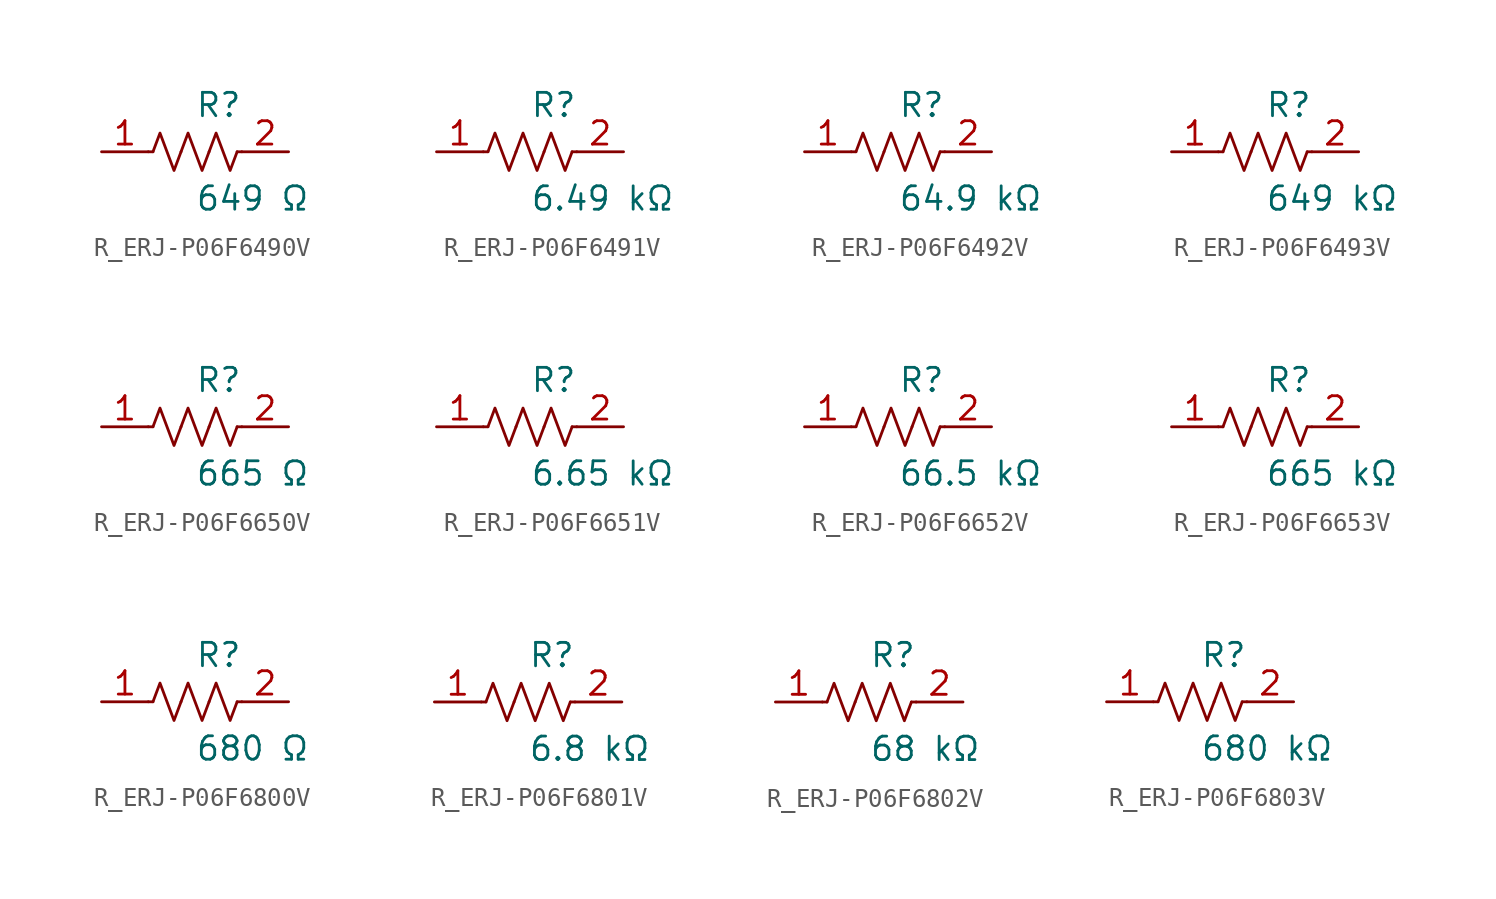
<source format=kicad_sym>
(kicad_symbol_lib
  (version 20231120)
  (generator kicad_symbol_editor)
  (generator_version 8.0)
  (symbol "R_ERJ-P06F6490V"
    (pin_names
      (offset 0.254))
    (property "Reference" "R"
      (at 0 2.54 0)
      (effects (font (size 1.27 1.27)) (justify left)))
    (property "Value" "649 Ω"
      (at 0 -2.54 0)
      (effects (font (size 1.27 1.27)) (justify left)))
    (symbol "R_ERJ-P06F6490V_0_1"
      (polyline (pts (xy 2.286 0) (xy 2.54 0)) (stroke (width 0) (type default)) (fill (type none)))
      (polyline (pts (xy -2.286 0) (xy -2.54 0)) (stroke (width 0) (type default)) (fill (type none)))
      (polyline (pts (xy 0.762 0) (xy 1.143 1.016) (xy 1.524 0) (xy 1.905 -1.016) (xy 2.286 0)) (stroke (width 0) (type default)) (fill (type none)))
      (polyline (pts (xy -0.762 0) (xy -0.381 1.016) (xy 0 0) (xy 0.381 -1.016) (xy 0.762 0)) (stroke (width 0) (type default)) (fill (type none)))
      (polyline (pts (xy -2.286 0) (xy -1.905 1.016) (xy -1.524 0) (xy -1.143 -1.016) (xy -0.762 0)) (stroke (width 0) (type default)) (fill (type none))))
    (pin passive line
      (at -5.08 0 0)
      (length 2.54)
      (name "" (effects (font (size 1.27 1.27))))
      (number "1" (effects (font (size 1.27 1.27)))))
    (pin passive line
      (at 5.08 0 180)
      (length 2.54)
      (name "" (effects (font (size 1.27 1.27))))
      (number "2" (effects (font (size 1.27 1.27))))))
  (symbol "R_ERJ-P06F6491V"
    (pin_names
      (offset 0.254))
    (property "Reference" "R"
      (at 0 2.54 0)
      (effects (font (size 1.27 1.27)) (justify left)))
    (property "Value" "6.49 kΩ"
      (at 0 -2.54 0)
      (effects (font (size 1.27 1.27)) (justify left)))
    (symbol "R_ERJ-P06F6491V_0_1"
      (polyline (pts (xy 2.286 0) (xy 2.54 0)) (stroke (width 0) (type default)) (fill (type none)))
      (polyline (pts (xy -2.286 0) (xy -2.54 0)) (stroke (width 0) (type default)) (fill (type none)))
      (polyline (pts (xy 0.762 0) (xy 1.143 1.016) (xy 1.524 0) (xy 1.905 -1.016) (xy 2.286 0)) (stroke (width 0) (type default)) (fill (type none)))
      (polyline (pts (xy -0.762 0) (xy -0.381 1.016) (xy 0 0) (xy 0.381 -1.016) (xy 0.762 0)) (stroke (width 0) (type default)) (fill (type none)))
      (polyline (pts (xy -2.286 0) (xy -1.905 1.016) (xy -1.524 0) (xy -1.143 -1.016) (xy -0.762 0)) (stroke (width 0) (type default)) (fill (type none))))
    (pin passive line
      (at -5.08 0 0)
      (length 2.54)
      (name "" (effects (font (size 1.27 1.27))))
      (number "1" (effects (font (size 1.27 1.27)))))
    (pin passive line
      (at 5.08 0 180)
      (length 2.54)
      (name "" (effects (font (size 1.27 1.27))))
      (number "2" (effects (font (size 1.27 1.27))))))
  (symbol "R_ERJ-P06F6492V"
    (pin_names
      (offset 0.254))
    (property "Reference" "R"
      (at 0 2.54 0)
      (effects (font (size 1.27 1.27)) (justify left)))
    (property "Value" "64.9 kΩ"
      (at 0 -2.54 0)
      (effects (font (size 1.27 1.27)) (justify left)))
    (symbol "R_ERJ-P06F6492V_0_1"
      (polyline (pts (xy 2.286 0) (xy 2.54 0)) (stroke (width 0) (type default)) (fill (type none)))
      (polyline (pts (xy -2.286 0) (xy -2.54 0)) (stroke (width 0) (type default)) (fill (type none)))
      (polyline (pts (xy 0.762 0) (xy 1.143 1.016) (xy 1.524 0) (xy 1.905 -1.016) (xy 2.286 0)) (stroke (width 0) (type default)) (fill (type none)))
      (polyline (pts (xy -0.762 0) (xy -0.381 1.016) (xy 0 0) (xy 0.381 -1.016) (xy 0.762 0)) (stroke (width 0) (type default)) (fill (type none)))
      (polyline (pts (xy -2.286 0) (xy -1.905 1.016) (xy -1.524 0) (xy -1.143 -1.016) (xy -0.762 0)) (stroke (width 0) (type default)) (fill (type none))))
    (pin passive line
      (at -5.08 0 0)
      (length 2.54)
      (name "" (effects (font (size 1.27 1.27))))
      (number "1" (effects (font (size 1.27 1.27)))))
    (pin passive line
      (at 5.08 0 180)
      (length 2.54)
      (name "" (effects (font (size 1.27 1.27))))
      (number "2" (effects (font (size 1.27 1.27))))))
  (symbol "R_ERJ-P06F6493V"
    (pin_names
      (offset 0.254))
    (property "Reference" "R"
      (at 0 2.54 0)
      (effects (font (size 1.27 1.27)) (justify left)))
    (property "Value" "649 kΩ"
      (at 0 -2.54 0)
      (effects (font (size 1.27 1.27)) (justify left)))
    (symbol "R_ERJ-P06F6493V_0_1"
      (polyline (pts (xy 2.286 0) (xy 2.54 0)) (stroke (width 0) (type default)) (fill (type none)))
      (polyline (pts (xy -2.286 0) (xy -2.54 0)) (stroke (width 0) (type default)) (fill (type none)))
      (polyline (pts (xy 0.762 0) (xy 1.143 1.016) (xy 1.524 0) (xy 1.905 -1.016) (xy 2.286 0)) (stroke (width 0) (type default)) (fill (type none)))
      (polyline (pts (xy -0.762 0) (xy -0.381 1.016) (xy 0 0) (xy 0.381 -1.016) (xy 0.762 0)) (stroke (width 0) (type default)) (fill (type none)))
      (polyline (pts (xy -2.286 0) (xy -1.905 1.016) (xy -1.524 0) (xy -1.143 -1.016) (xy -0.762 0)) (stroke (width 0) (type default)) (fill (type none))))
    (pin passive line
      (at -5.08 0 0)
      (length 2.54)
      (name "" (effects (font (size 1.27 1.27))))
      (number "1" (effects (font (size 1.27 1.27)))))
    (pin passive line
      (at 5.08 0 180)
      (length 2.54)
      (name "" (effects (font (size 1.27 1.27))))
      (number "2" (effects (font (size 1.27 1.27))))))
  (symbol "R_ERJ-P06F6650V"
    (pin_names
      (offset 0.254))
    (property "Reference" "R"
      (at 0 2.54 0)
      (effects (font (size 1.27 1.27)) (justify left)))
    (property "Value" "665 Ω"
      (at 0 -2.54 0)
      (effects (font (size 1.27 1.27)) (justify left)))
    (symbol "R_ERJ-P06F6650V_0_1"
      (polyline (pts (xy 2.286 0) (xy 2.54 0)) (stroke (width 0) (type default)) (fill (type none)))
      (polyline (pts (xy -2.286 0) (xy -2.54 0)) (stroke (width 0) (type default)) (fill (type none)))
      (polyline (pts (xy 0.762 0) (xy 1.143 1.016) (xy 1.524 0) (xy 1.905 -1.016) (xy 2.286 0)) (stroke (width 0) (type default)) (fill (type none)))
      (polyline (pts (xy -0.762 0) (xy -0.381 1.016) (xy 0 0) (xy 0.381 -1.016) (xy 0.762 0)) (stroke (width 0) (type default)) (fill (type none)))
      (polyline (pts (xy -2.286 0) (xy -1.905 1.016) (xy -1.524 0) (xy -1.143 -1.016) (xy -0.762 0)) (stroke (width 0) (type default)) (fill (type none))))
    (pin passive line
      (at -5.08 0 0)
      (length 2.54)
      (name "" (effects (font (size 1.27 1.27))))
      (number "1" (effects (font (size 1.27 1.27)))))
    (pin passive line
      (at 5.08 0 180)
      (length 2.54)
      (name "" (effects (font (size 1.27 1.27))))
      (number "2" (effects (font (size 1.27 1.27))))))
  (symbol "R_ERJ-P06F6651V"
    (pin_names
      (offset 0.254))
    (property "Reference" "R"
      (at 0 2.54 0)
      (effects (font (size 1.27 1.27)) (justify left)))
    (property "Value" "6.65 kΩ"
      (at 0 -2.54 0)
      (effects (font (size 1.27 1.27)) (justify left)))
    (symbol "R_ERJ-P06F6651V_0_1"
      (polyline (pts (xy 2.286 0) (xy 2.54 0)) (stroke (width 0) (type default)) (fill (type none)))
      (polyline (pts (xy -2.286 0) (xy -2.54 0)) (stroke (width 0) (type default)) (fill (type none)))
      (polyline (pts (xy 0.762 0) (xy 1.143 1.016) (xy 1.524 0) (xy 1.905 -1.016) (xy 2.286 0)) (stroke (width 0) (type default)) (fill (type none)))
      (polyline (pts (xy -0.762 0) (xy -0.381 1.016) (xy 0 0) (xy 0.381 -1.016) (xy 0.762 0)) (stroke (width 0) (type default)) (fill (type none)))
      (polyline (pts (xy -2.286 0) (xy -1.905 1.016) (xy -1.524 0) (xy -1.143 -1.016) (xy -0.762 0)) (stroke (width 0) (type default)) (fill (type none))))
    (pin passive line
      (at -5.08 0 0)
      (length 2.54)
      (name "" (effects (font (size 1.27 1.27))))
      (number "1" (effects (font (size 1.27 1.27)))))
    (pin passive line
      (at 5.08 0 180)
      (length 2.54)
      (name "" (effects (font (size 1.27 1.27))))
      (number "2" (effects (font (size 1.27 1.27))))))
  (symbol "R_ERJ-P06F6652V"
    (pin_names
      (offset 0.254))
    (property "Reference" "R"
      (at 0 2.54 0)
      (effects (font (size 1.27 1.27)) (justify left)))
    (property "Value" "66.5 kΩ"
      (at 0 -2.54 0)
      (effects (font (size 1.27 1.27)) (justify left)))
    (symbol "R_ERJ-P06F6652V_0_1"
      (polyline (pts (xy 2.286 0) (xy 2.54 0)) (stroke (width 0) (type default)) (fill (type none)))
      (polyline (pts (xy -2.286 0) (xy -2.54 0)) (stroke (width 0) (type default)) (fill (type none)))
      (polyline (pts (xy 0.762 0) (xy 1.143 1.016) (xy 1.524 0) (xy 1.905 -1.016) (xy 2.286 0)) (stroke (width 0) (type default)) (fill (type none)))
      (polyline (pts (xy -0.762 0) (xy -0.381 1.016) (xy 0 0) (xy 0.381 -1.016) (xy 0.762 0)) (stroke (width 0) (type default)) (fill (type none)))
      (polyline (pts (xy -2.286 0) (xy -1.905 1.016) (xy -1.524 0) (xy -1.143 -1.016) (xy -0.762 0)) (stroke (width 0) (type default)) (fill (type none))))
    (pin passive line
      (at -5.08 0 0)
      (length 2.54)
      (name "" (effects (font (size 1.27 1.27))))
      (number "1" (effects (font (size 1.27 1.27)))))
    (pin passive line
      (at 5.08 0 180)
      (length 2.54)
      (name "" (effects (font (size 1.27 1.27))))
      (number "2" (effects (font (size 1.27 1.27))))))
  (symbol "R_ERJ-P06F6653V"
    (pin_names
      (offset 0.254))
    (property "Reference" "R"
      (at 0 2.54 0)
      (effects (font (size 1.27 1.27)) (justify left)))
    (property "Value" "665 kΩ"
      (at 0 -2.54 0)
      (effects (font (size 1.27 1.27)) (justify left)))
    (symbol "R_ERJ-P06F6653V_0_1"
      (polyline (pts (xy 2.286 0) (xy 2.54 0)) (stroke (width 0) (type default)) (fill (type none)))
      (polyline (pts (xy -2.286 0) (xy -2.54 0)) (stroke (width 0) (type default)) (fill (type none)))
      (polyline (pts (xy 0.762 0) (xy 1.143 1.016) (xy 1.524 0) (xy 1.905 -1.016) (xy 2.286 0)) (stroke (width 0) (type default)) (fill (type none)))
      (polyline (pts (xy -0.762 0) (xy -0.381 1.016) (xy 0 0) (xy 0.381 -1.016) (xy 0.762 0)) (stroke (width 0) (type default)) (fill (type none)))
      (polyline (pts (xy -2.286 0) (xy -1.905 1.016) (xy -1.524 0) (xy -1.143 -1.016) (xy -0.762 0)) (stroke (width 0) (type default)) (fill (type none))))
    (pin passive line
      (at -5.08 0 0)
      (length 2.54)
      (name "" (effects (font (size 1.27 1.27))))
      (number "1" (effects (font (size 1.27 1.27)))))
    (pin passive line
      (at 5.08 0 180)
      (length 2.54)
      (name "" (effects (font (size 1.27 1.27))))
      (number "2" (effects (font (size 1.27 1.27))))))
  (symbol "R_ERJ-P06F6800V"
    (pin_names
      (offset 0.254))
    (property "Reference" "R"
      (at 0 2.54 0)
      (effects (font (size 1.27 1.27)) (justify left)))
    (property "Value" "680 Ω"
      (at 0 -2.54 0)
      (effects (font (size 1.27 1.27)) (justify left)))
    (symbol "R_ERJ-P06F6800V_0_1"
      (polyline (pts (xy 2.286 0) (xy 2.54 0)) (stroke (width 0) (type default)) (fill (type none)))
      (polyline (pts (xy -2.286 0) (xy -2.54 0)) (stroke (width 0) (type default)) (fill (type none)))
      (polyline (pts (xy 0.762 0) (xy 1.143 1.016) (xy 1.524 0) (xy 1.905 -1.016) (xy 2.286 0)) (stroke (width 0) (type default)) (fill (type none)))
      (polyline (pts (xy -0.762 0) (xy -0.381 1.016) (xy 0 0) (xy 0.381 -1.016) (xy 0.762 0)) (stroke (width 0) (type default)) (fill (type none)))
      (polyline (pts (xy -2.286 0) (xy -1.905 1.016) (xy -1.524 0) (xy -1.143 -1.016) (xy -0.762 0)) (stroke (width 0) (type default)) (fill (type none))))
    (pin passive line
      (at -5.08 0 0)
      (length 2.54)
      (name "" (effects (font (size 1.27 1.27))))
      (number "1" (effects (font (size 1.27 1.27)))))
    (pin passive line
      (at 5.08 0 180)
      (length 2.54)
      (name "" (effects (font (size 1.27 1.27))))
      (number "2" (effects (font (size 1.27 1.27))))))
  (symbol "R_ERJ-P06F6801V"
    (pin_names
      (offset 0.254))
    (property "Reference" "R"
      (at 0 2.54 0)
      (effects (font (size 1.27 1.27)) (justify left)))
    (property "Value" "6.8 kΩ"
      (at 0 -2.54 0)
      (effects (font (size 1.27 1.27)) (justify left)))
    (symbol "R_ERJ-P06F6801V_0_1"
      (polyline (pts (xy 2.286 0) (xy 2.54 0)) (stroke (width 0) (type default)) (fill (type none)))
      (polyline (pts (xy -2.286 0) (xy -2.54 0)) (stroke (width 0) (type default)) (fill (type none)))
      (polyline (pts (xy 0.762 0) (xy 1.143 1.016) (xy 1.524 0) (xy 1.905 -1.016) (xy 2.286 0)) (stroke (width 0) (type default)) (fill (type none)))
      (polyline (pts (xy -0.762 0) (xy -0.381 1.016) (xy 0 0) (xy 0.381 -1.016) (xy 0.762 0)) (stroke (width 0) (type default)) (fill (type none)))
      (polyline (pts (xy -2.286 0) (xy -1.905 1.016) (xy -1.524 0) (xy -1.143 -1.016) (xy -0.762 0)) (stroke (width 0) (type default)) (fill (type none))))
    (pin passive line
      (at -5.08 0 0)
      (length 2.54)
      (name "" (effects (font (size 1.27 1.27))))
      (number "1" (effects (font (size 1.27 1.27)))))
    (pin passive line
      (at 5.08 0 180)
      (length 2.54)
      (name "" (effects (font (size 1.27 1.27))))
      (number "2" (effects (font (size 1.27 1.27))))))
  (symbol "R_ERJ-P06F6802V"
    (pin_names
      (offset 0.254))
    (property "Reference" "R"
      (at 0 2.54 0)
      (effects (font (size 1.27 1.27)) (justify left)))
    (property "Value" "68 kΩ"
      (at 0 -2.54 0)
      (effects (font (size 1.27 1.27)) (justify left)))
    (symbol "R_ERJ-P06F6802V_0_1"
      (polyline (pts (xy 2.286 0) (xy 2.54 0)) (stroke (width 0) (type default)) (fill (type none)))
      (polyline (pts (xy -2.286 0) (xy -2.54 0)) (stroke (width 0) (type default)) (fill (type none)))
      (polyline (pts (xy 0.762 0) (xy 1.143 1.016) (xy 1.524 0) (xy 1.905 -1.016) (xy 2.286 0)) (stroke (width 0) (type default)) (fill (type none)))
      (polyline (pts (xy -0.762 0) (xy -0.381 1.016) (xy 0 0) (xy 0.381 -1.016) (xy 0.762 0)) (stroke (width 0) (type default)) (fill (type none)))
      (polyline (pts (xy -2.286 0) (xy -1.905 1.016) (xy -1.524 0) (xy -1.143 -1.016) (xy -0.762 0)) (stroke (width 0) (type default)) (fill (type none))))
    (pin passive line
      (at -5.08 0 0)
      (length 2.54)
      (name "" (effects (font (size 1.27 1.27))))
      (number "1" (effects (font (size 1.27 1.27)))))
    (pin passive line
      (at 5.08 0 180)
      (length 2.54)
      (name "" (effects (font (size 1.27 1.27))))
      (number "2" (effects (font (size 1.27 1.27))))))
  (symbol "R_ERJ-P06F6803V"
    (pin_names
      (offset 0.254))
    (property "Reference" "R"
      (at 0 2.54 0)
      (effects (font (size 1.27 1.27)) (justify left)))
    (property "Value" "680 kΩ"
      (at 0 -2.54 0)
      (effects (font (size 1.27 1.27)) (justify left)))
    (symbol "R_ERJ-P06F6803V_0_1"
      (polyline (pts (xy 2.286 0) (xy 2.54 0)) (stroke (width 0) (type default)) (fill (type none)))
      (polyline (pts (xy -2.286 0) (xy -2.54 0)) (stroke (width 0) (type default)) (fill (type none)))
      (polyline (pts (xy 0.762 0) (xy 1.143 1.016) (xy 1.524 0) (xy 1.905 -1.016) (xy 2.286 0)) (stroke (width 0) (type default)) (fill (type none)))
      (polyline (pts (xy -0.762 0) (xy -0.381 1.016) (xy 0 0) (xy 0.381 -1.016) (xy 0.762 0)) (stroke (width 0) (type default)) (fill (type none)))
      (polyline (pts (xy -2.286 0) (xy -1.905 1.016) (xy -1.524 0) (xy -1.143 -1.016) (xy -0.762 0)) (stroke (width 0) (type default)) (fill (type none))))
    (pin passive line
      (at -5.08 0 0)
      (length 2.54)
      (name "" (effects (font (size 1.27 1.27))))
      (number "1" (effects (font (size 1.27 1.27)))))
    (pin passive line
      (at 5.08 0 180)
      (length 2.54)
      (name "" (effects (font (size 1.27 1.27))))
      (number "2" (effects (font (size 1.27 1.27)))))))
</source>
